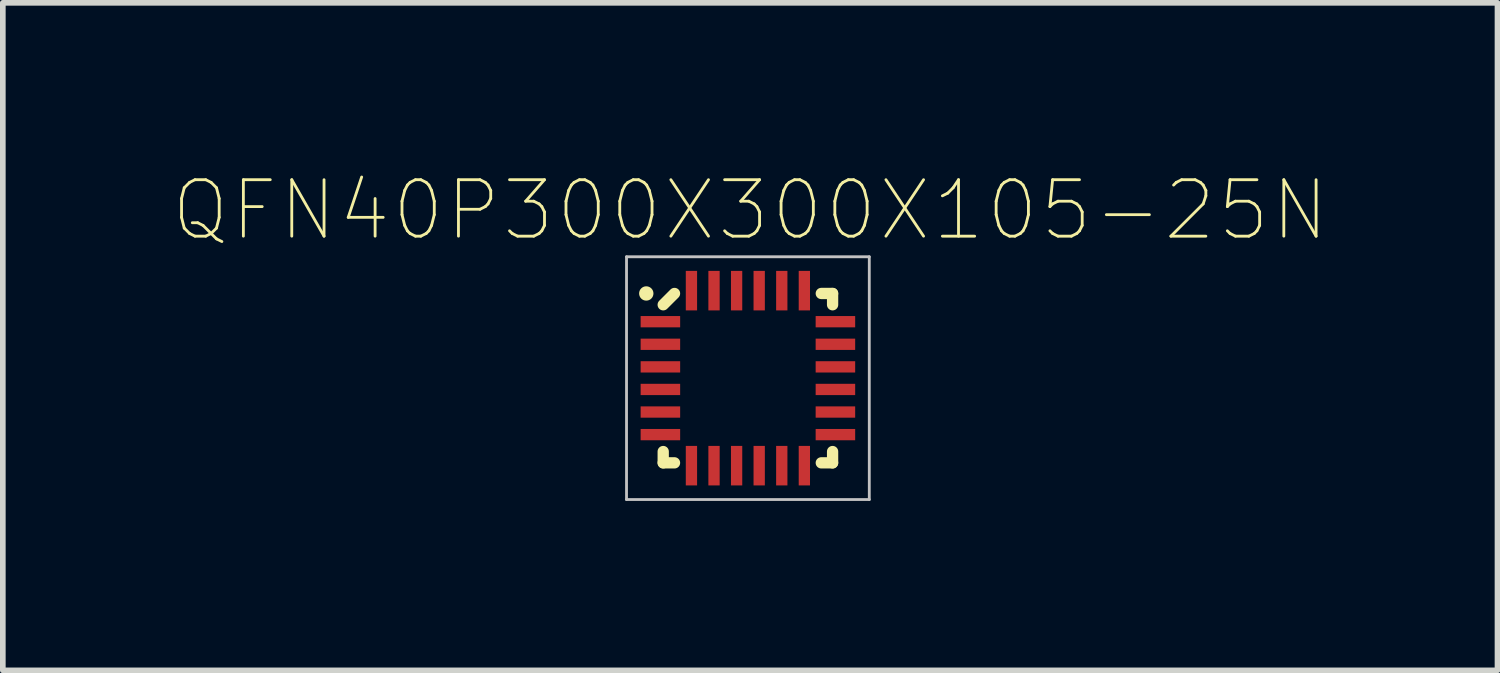
<source format=kicad_pcb>
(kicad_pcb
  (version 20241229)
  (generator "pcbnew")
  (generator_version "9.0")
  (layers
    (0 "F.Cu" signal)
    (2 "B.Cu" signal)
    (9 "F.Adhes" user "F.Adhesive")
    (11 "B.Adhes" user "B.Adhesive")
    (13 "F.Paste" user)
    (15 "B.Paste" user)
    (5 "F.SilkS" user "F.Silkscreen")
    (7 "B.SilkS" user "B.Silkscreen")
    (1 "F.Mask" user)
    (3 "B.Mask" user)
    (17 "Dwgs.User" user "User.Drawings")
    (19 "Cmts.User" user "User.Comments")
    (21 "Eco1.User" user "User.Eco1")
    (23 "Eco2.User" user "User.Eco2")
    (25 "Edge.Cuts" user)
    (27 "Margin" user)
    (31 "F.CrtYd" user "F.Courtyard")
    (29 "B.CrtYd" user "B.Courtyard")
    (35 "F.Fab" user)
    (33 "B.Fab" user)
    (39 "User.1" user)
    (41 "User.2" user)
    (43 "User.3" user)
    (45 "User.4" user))
  (footprint "QFN40P300X300X105-25N"
    (layer "F.Cu")
    (at 10.197 3.648)
    (property "Reference" "QFN40P300X300X105-25N" (at 0.04 -2.975 0) (layer "F.SilkS") (effects (font (size 1 1) (thickness 0.05))))
    (attr smd)
    (fp_line (start -1.5 -1.3) (end -1.3 -1.5) (stroke (width 0.2) (type solid)) (layer "F.SilkS"))
    (fp_line (start -1.5 1.5) (end -1.5 1.3) (stroke (width 0.2) (type solid)) (layer "F.SilkS"))
    (fp_line (start -1.3 1.5) (end -1.5 1.5) (stroke (width 0.2) (type solid)) (layer "F.SilkS"))
    (fp_line (start 1.3 -1.5) (end 1.5 -1.5) (stroke (width 0.2) (type solid)) (layer "F.SilkS"))
    (fp_line (start 1.5 -1.5) (end 1.5 -1.3) (stroke (width 0.2) (type solid)) (layer "F.SilkS"))
    (fp_line (start 1.5 1.3) (end 1.5 1.5) (stroke (width 0.2) (type solid)) (layer "F.SilkS"))
    (fp_line (start 1.5 1.5) (end 1.3 1.5) (stroke (width 0.2) (type solid)) (layer "F.SilkS"))
    (fp_circle (center -1.8 -1.5) (end -1.673 -1.5) (stroke (width 0) (type solid)) (fill yes) (layer "F.SilkS"))
    (fp_line (start -2.15 -2.15) (end 2.15 -2.15) (stroke (width 0.05) (type solid)) (layer "Dwgs.User"))
    (fp_line (start -2.15 2.15) (end -2.15 -2.15) (stroke (width 0.05) (type solid)) (layer "Dwgs.User"))
    (fp_line (start 2.15 -2.15) (end 2.15 2.15) (stroke (width 0.05) (type solid)) (layer "Dwgs.User"))
    (fp_line (start 2.15 2.15) (end -2.15 2.15) (stroke (width 0.05) (type solid)) (layer "Dwgs.User"))
    (pad "1" smd rect (at -1.55 -1) (size 0.7 0.2) (layers "F.Cu" "F.Mask" "F.Paste"))
    (pad "2" smd rect (at -1.55 -0.6) (size 0.7 0.2) (layers "F.Cu" "F.Mask" "F.Paste"))
    (pad "3" smd rect (at -1.55 -0.2) (size 0.7 0.2) (layers "F.Cu" "F.Mask" "F.Paste"))
    (pad "4" smd rect (at -1.55 0.2) (size 0.7 0.2) (layers "F.Cu" "F.Mask" "F.Paste"))
    (pad "5" smd rect (at -1.55 0.6) (size 0.7 0.2) (layers "F.Cu" "F.Mask" "F.Paste"))
    (pad "6" smd rect (at -1.55 1) (size 0.7 0.2) (layers "F.Cu" "F.Mask" "F.Paste"))
    (pad "7" smd rect (at -1 1.55 90) (size 0.7 0.2) (layers "F.Cu" "F.Mask" "F.Paste"))
    (pad "8" smd rect (at -0.6 1.55 90) (size 0.7 0.2) (layers "F.Cu" "F.Mask" "F.Paste"))
    (pad "9" smd rect (at -0.2 1.55 90) (size 0.7 0.2) (layers "F.Cu" "F.Mask" "F.Paste"))
    (pad "10" smd rect (at 0.2 1.55 90) (size 0.7 0.2) (layers "F.Cu" "F.Mask" "F.Paste"))
    (pad "11" smd rect (at 0.6 1.55 90) (size 0.7 0.2) (layers "F.Cu" "F.Mask" "F.Paste"))
    (pad "12" smd rect (at 1 1.55 90) (size 0.7 0.2) (layers "F.Cu" "F.Mask" "F.Paste"))
    (pad "13" smd rect (at 1.55 1 180) (size 0.7 0.2) (layers "F.Cu" "F.Mask" "F.Paste"))
    (pad "14" smd rect (at 1.55 0.6 180) (size 0.7 0.2) (layers "F.Cu" "F.Mask" "F.Paste"))
    (pad "15" smd rect (at 1.55 0.2 180) (size 0.7 0.2) (layers "F.Cu" "F.Mask" "F.Paste"))
    (pad "16" smd rect (at 1.55 -0.2 180) (size 0.7 0.2) (layers "F.Cu" "F.Mask" "F.Paste"))
    (pad "17" smd rect (at 1.55 -0.6 180) (size 0.7 0.2) (layers "F.Cu" "F.Mask" "F.Paste"))
    (pad "18" smd rect (at 1.55 -1 180) (size 0.7 0.2) (layers "F.Cu" "F.Mask" "F.Paste"))
    (pad "19" smd rect (at 1 -1.55 270) (size 0.7 0.2) (layers "F.Cu" "F.Mask" "F.Paste"))
    (pad "20" smd rect (at 0.6 -1.55 270) (size 0.7 0.2) (layers "F.Cu" "F.Mask" "F.Paste"))
    (pad "21" smd rect (at 0.2 -1.55 270) (size 0.7 0.2) (layers "F.Cu" "F.Mask" "F.Paste"))
    (pad "22" smd rect (at -0.2 -1.55 270) (size 0.7 0.2) (layers "F.Cu" "F.Mask" "F.Paste"))
    (pad "23" smd rect (at -0.6 -1.55 270) (size 0.7 0.2) (layers "F.Cu" "F.Mask" "F.Paste"))
    (pad "24" smd rect (at -1 -1.55 270) (size 0.7 0.2) (layers "F.Cu" "F.Mask" "F.Paste")))
  (gr_rect
    (start -3 -3)
    (end 23.474 8.823)
    (stroke (width 0.1) (type default))
    (fill no)
    (layer "Edge.Cuts")))
</source>
